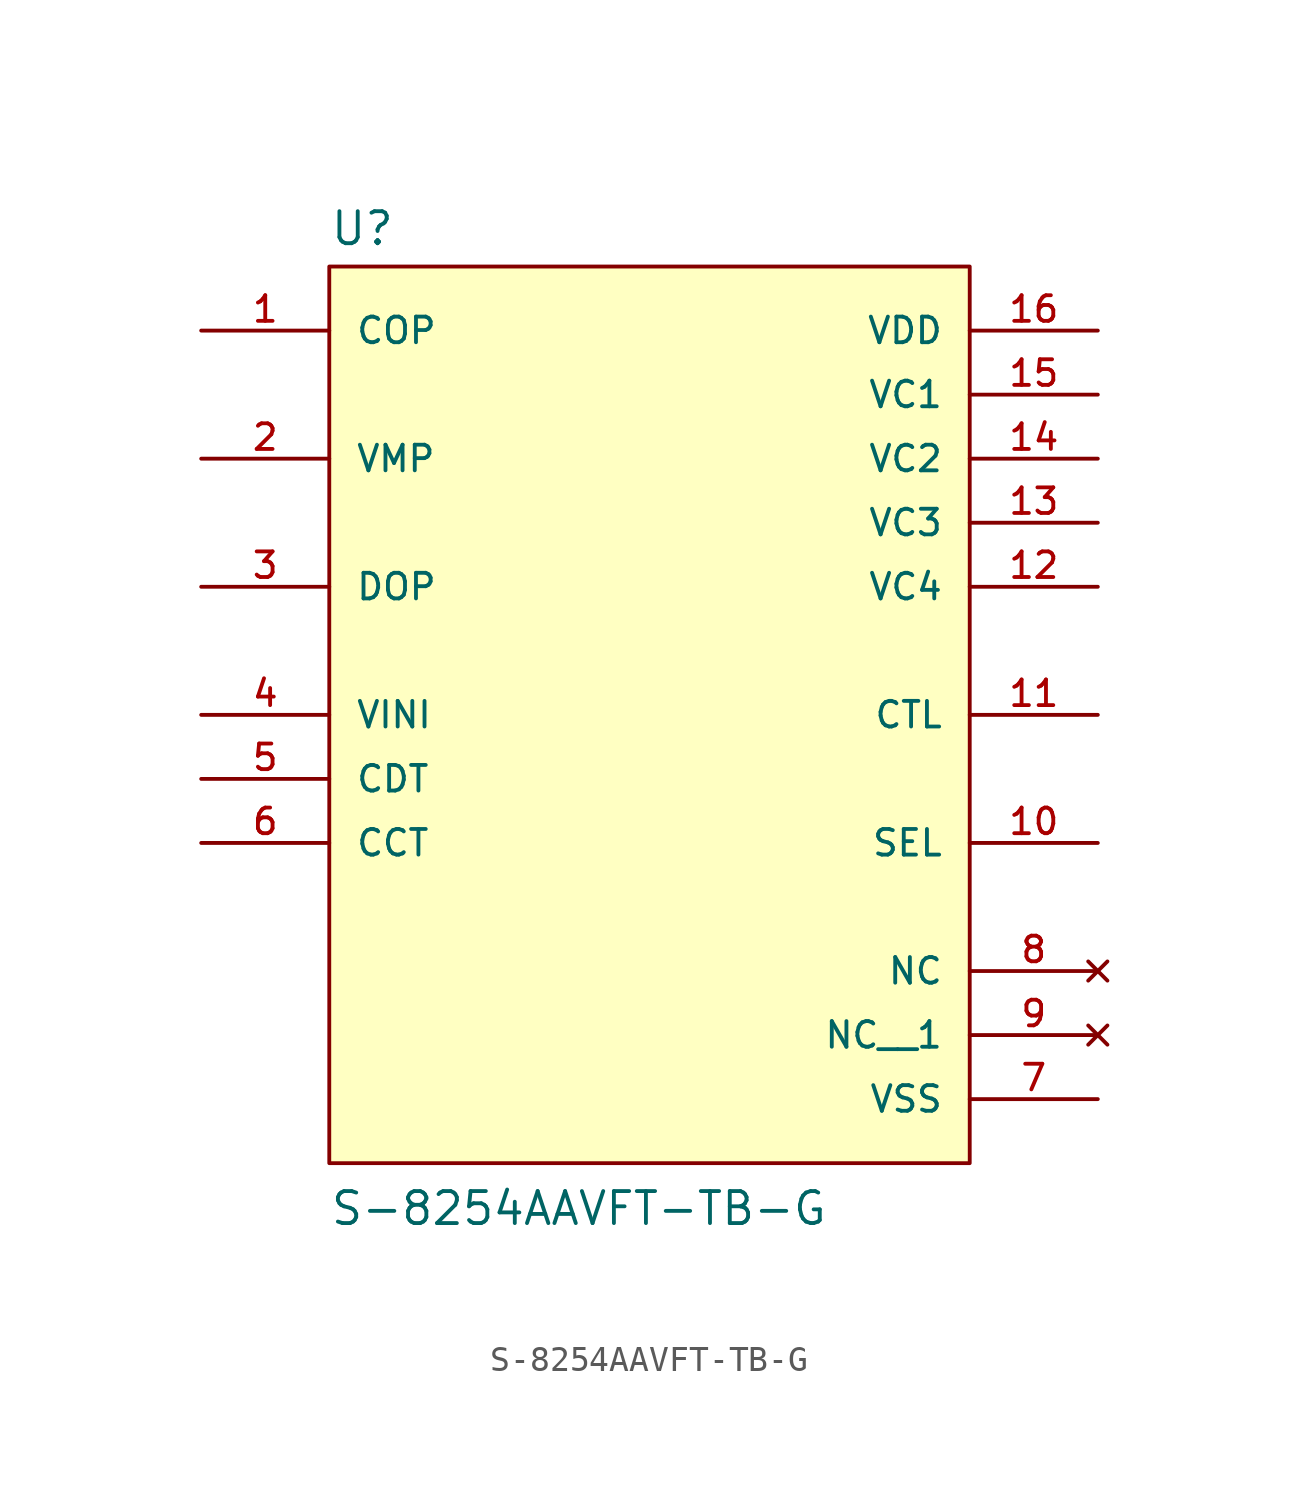
<source format=kicad_sym>
(kicad_symbol_lib
  (version 20231120)
  (generator "kicad_symbol_editor")
  (generator_version "8.0")
  (symbol "S-8254AAVFT-TB-G"
    (pin_names
      (offset 1.016))
    (property "Reference" "U"
      (at -12.7 16.002 0)
      (effects (font (size 1.27 1.27)) (justify left bottom)))
    (property "Value" "S-8254AAVFT-TB-G"
      (at -12.7 -22.86 0)
      (effects (font (size 1.27 1.27)) (justify left bottom)))
    (symbol "S-8254AAVFT-TB-G_0_0"
      (rectangle (start -12.7 -20.32) (end 12.7 15.24) (stroke (width 0.152) (type default)) (fill (type background)))
      (pin output line (at -17.78 12.7 0) (length 5.08) (name "COP" (effects (font (size 1.016 1.016)))) (number "1" (effects (font (size 1.016 1.016)))))
      (pin passive line (at 17.78 -7.62 180) (length 5.08) (name "SEL" (effects (font (size 1.016 1.016)))) (number "10" (effects (font (size 1.016 1.016)))))
      (pin input line (at 17.78 -2.54 180) (length 5.08) (name "CTL" (effects (font (size 1.016 1.016)))) (number "11" (effects (font (size 1.016 1.016)))))
      (pin power_in line (at 17.78 2.54 180) (length 5.08) (name "VC4" (effects (font (size 1.016 1.016)))) (number "12" (effects (font (size 1.016 1.016)))))
      (pin power_in line (at 17.78 5.08 180) (length 5.08) (name "VC3" (effects (font (size 1.016 1.016)))) (number "13" (effects (font (size 1.016 1.016)))))
      (pin power_in line (at 17.78 7.62 180) (length 5.08) (name "VC2" (effects (font (size 1.016 1.016)))) (number "14" (effects (font (size 1.016 1.016)))))
      (pin power_in line (at 17.78 10.16 180) (length 5.08) (name "VC1" (effects (font (size 1.016 1.016)))) (number "15" (effects (font (size 1.016 1.016)))))
      (pin power_in line (at 17.78 12.7 180) (length 5.08) (name "VDD" (effects (font (size 1.016 1.016)))) (number "16" (effects (font (size 1.016 1.016)))))
      (pin passive line (at -17.78 7.62 0) (length 5.08) (name "VMP" (effects (font (size 1.016 1.016)))) (number "2" (effects (font (size 1.016 1.016)))))
      (pin output line (at -17.78 2.54 0) (length 5.08) (name "DOP" (effects (font (size 1.016 1.016)))) (number "3" (effects (font (size 1.016 1.016)))))
      (pin passive line (at -17.78 -2.54 0) (length 5.08) (name "VINI" (effects (font (size 1.016 1.016)))) (number "4" (effects (font (size 1.016 1.016)))))
      (pin passive line (at -17.78 -5.08 0) (length 5.08) (name "CDT" (effects (font (size 1.016 1.016)))) (number "5" (effects (font (size 1.016 1.016)))))
      (pin passive line (at -17.78 -7.62 0) (length 5.08) (name "CCT" (effects (font (size 1.016 1.016)))) (number "6" (effects (font (size 1.016 1.016)))))
      (pin power_in line (at 17.78 -17.78 180) (length 5.08) (name "VSS" (effects (font (size 1.016 1.016)))) (number "7" (effects (font (size 1.016 1.016)))))
      (pin no_connect line (at 17.78 -12.7 180) (length 5.08) (name "NC" (effects (font (size 1.016 1.016)))) (number "8" (effects (font (size 1.016 1.016)))))
      (pin no_connect line (at 17.78 -15.24 180) (length 5.08) (name "NC__1" (effects (font (size 1.016 1.016)))) (number "9" (effects (font (size 1.016 1.016))))))))
</source>
